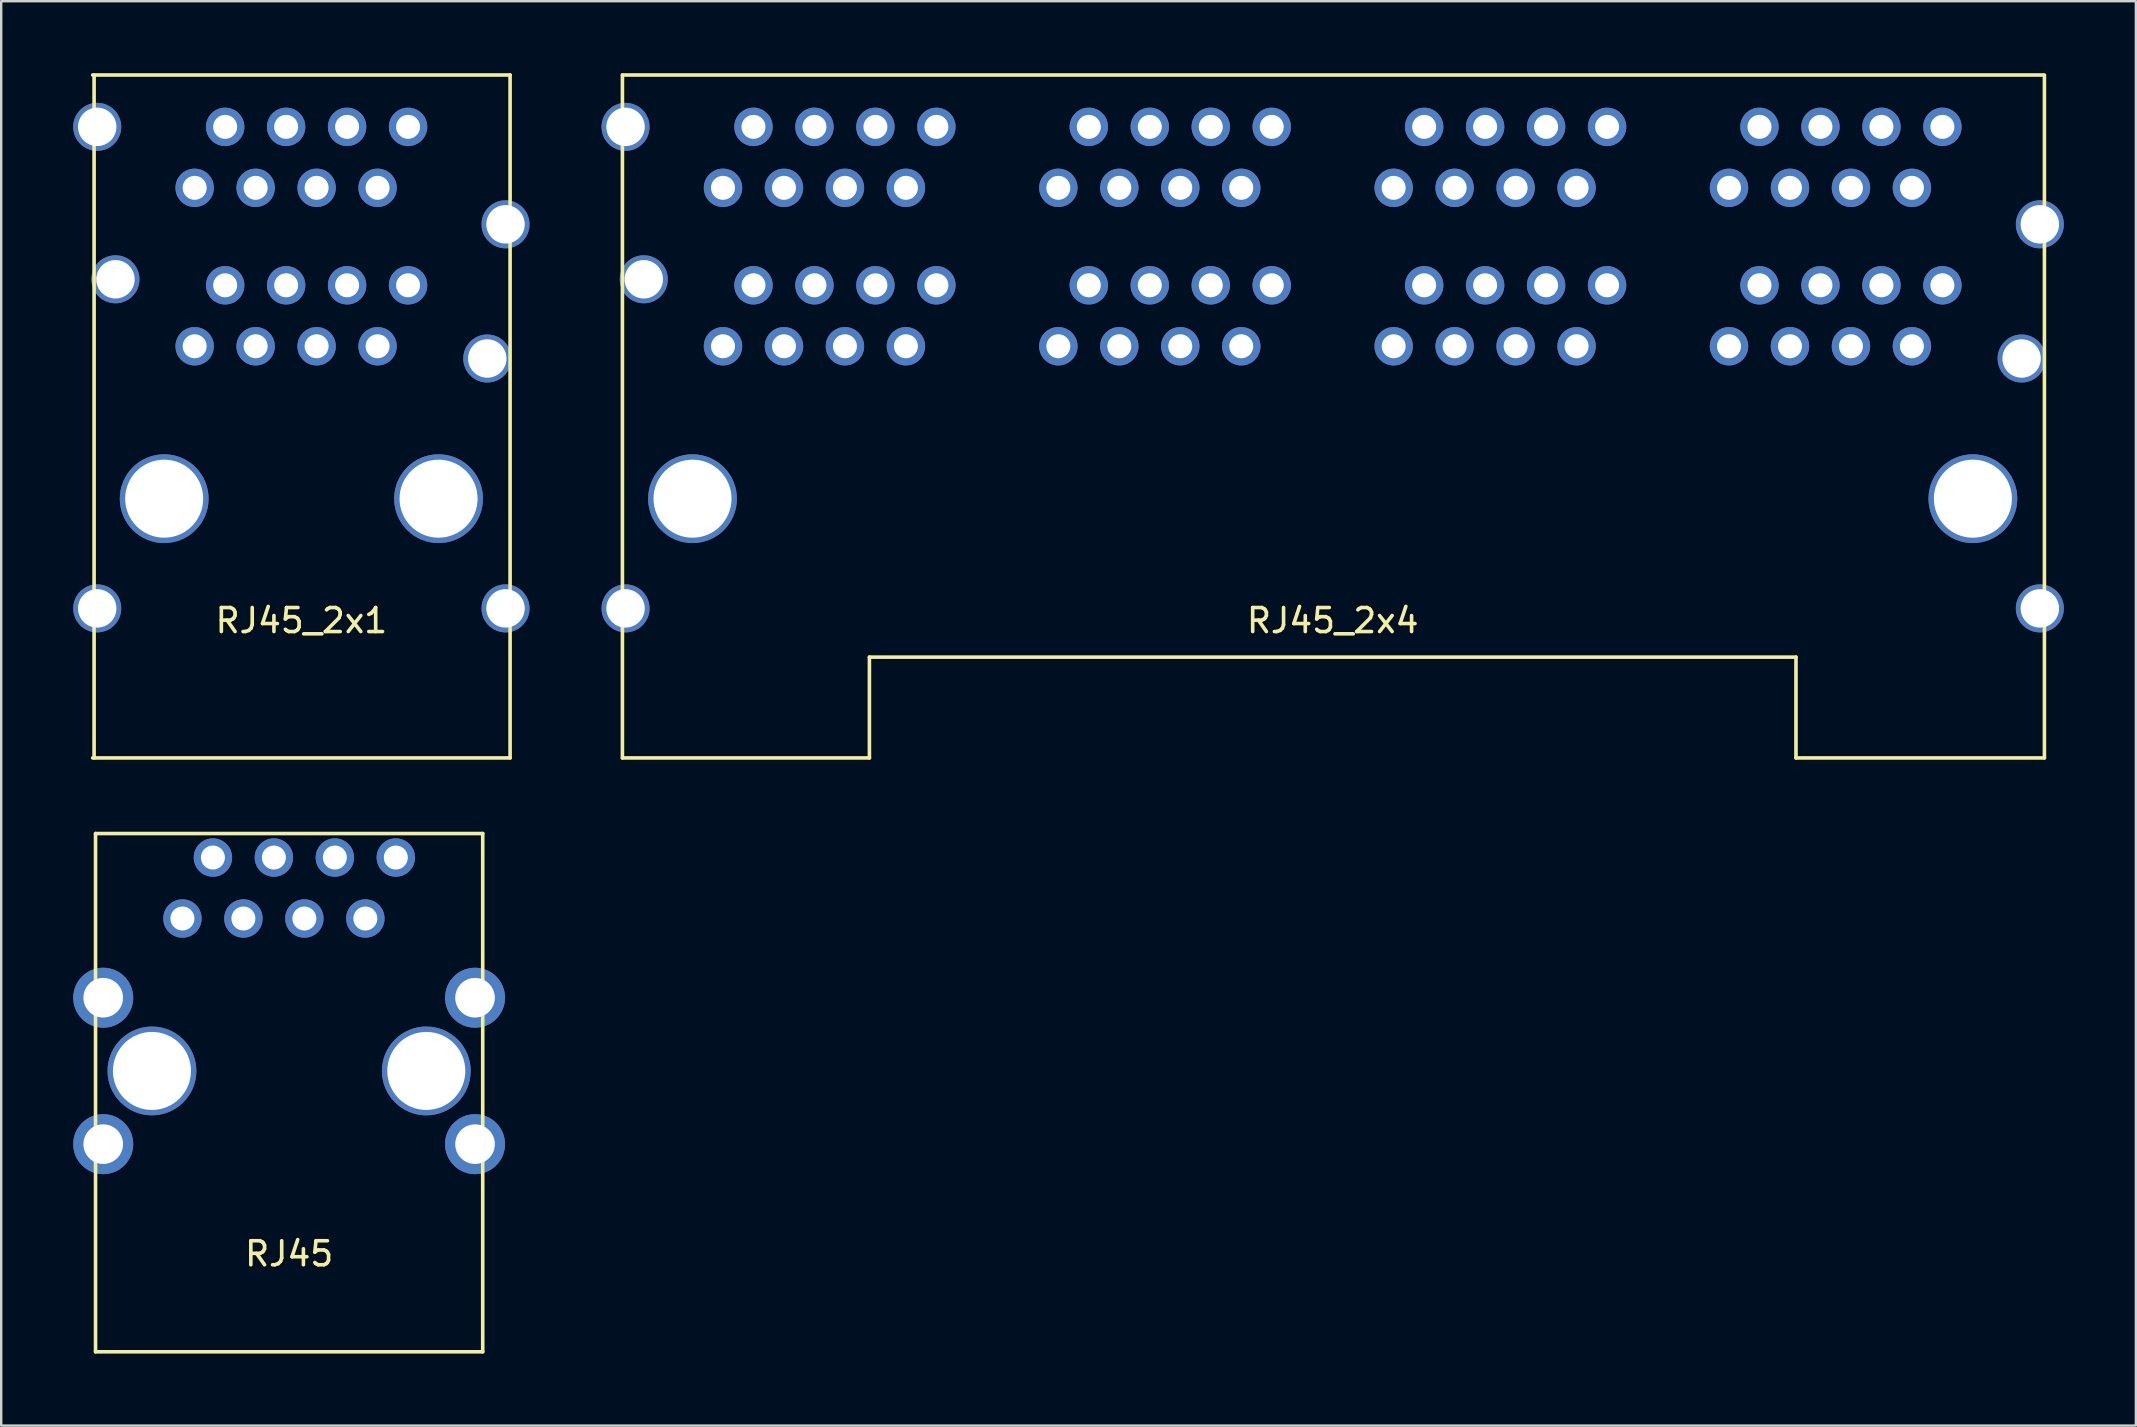
<source format=kicad_pcb>
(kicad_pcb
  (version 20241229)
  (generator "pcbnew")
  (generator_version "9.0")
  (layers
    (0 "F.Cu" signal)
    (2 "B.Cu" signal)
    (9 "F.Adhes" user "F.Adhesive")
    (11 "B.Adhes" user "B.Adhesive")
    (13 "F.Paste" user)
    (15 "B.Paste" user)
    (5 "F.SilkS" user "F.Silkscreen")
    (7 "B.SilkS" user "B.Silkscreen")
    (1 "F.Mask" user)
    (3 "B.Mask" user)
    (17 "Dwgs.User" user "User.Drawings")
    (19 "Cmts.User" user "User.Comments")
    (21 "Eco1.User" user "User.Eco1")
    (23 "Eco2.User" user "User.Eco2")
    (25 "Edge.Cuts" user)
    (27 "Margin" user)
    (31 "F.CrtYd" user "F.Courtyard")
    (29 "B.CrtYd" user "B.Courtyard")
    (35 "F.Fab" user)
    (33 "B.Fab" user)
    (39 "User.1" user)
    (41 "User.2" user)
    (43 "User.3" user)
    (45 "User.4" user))
  (footprint "RJ45_2x4"
    (layer "F.Cu")
    (at 52.47 17.725)
    (property "Reference" "RJ45_2x4" (at 0 5.08 0) (layer "F.SilkS") (effects (font (size 1 1) (thickness 0.15))))
    (attr through_hole)
    (fp_line (start -29.59 -17.65) (end -29.59 10.8) (stroke (width 0.15) (type solid)) (layer "F.SilkS"))
    (fp_line (start -29.59 10.8) (end -19.3 10.8) (stroke (width 0.15) (type solid)) (layer "F.SilkS"))
    (fp_line (start -19.3 6.6) (end 19.3 6.6) (stroke (width 0.15) (type solid)) (layer "F.SilkS"))
    (fp_line (start -19.3 10.8) (end -19.3 6.6) (stroke (width 0.15) (type solid)) (layer "F.SilkS"))
    (fp_line (start 19.3 10.8) (end 19.3 6.6) (stroke (width 0.15) (type solid)) (layer "F.SilkS"))
    (fp_line (start 19.3 10.8) (end 29.65 10.8) (stroke (width 0.15) (type solid)) (layer "F.SilkS"))
    (fp_line (start 29.59 -17.65) (end -29.59 -17.65) (stroke (width 0.15) (type solid)) (layer "F.SilkS"))
    (fp_line (start 29.65 -17.65) (end 29.65 10.8) (stroke (width 0.15) (type solid)) (layer "F.SilkS"))
    (pad "1" thru_hole circle (at -25.4 -12.95) (size 1.6 1.6) (drill 1) (layers "*.Cu" "*.Mask"))
    (pad "2" thru_hole circle (at -24.13 -15.49) (size 1.6 1.6) (drill 1) (layers "*.Cu" "*.Mask"))
    (pad "3" thru_hole circle (at -22.86 -12.95) (size 1.6 1.6) (drill 1) (layers "*.Cu" "*.Mask"))
    (pad "4" thru_hole circle (at -21.59 -15.49) (size 1.6 1.6) (drill 1) (layers "*.Cu" "*.Mask"))
    (pad "5" thru_hole circle (at -20.32 -12.95) (size 1.6 1.6) (drill 1) (layers "*.Cu" "*.Mask"))
    (pad "6" thru_hole circle (at -19.05 -15.49) (size 1.6 1.6) (drill 1) (layers "*.Cu" "*.Mask"))
    (pad "7" thru_hole circle (at -17.78 -12.95) (size 1.6 1.6) (drill 1) (layers "*.Cu" "*.Mask"))
    (pad "8" thru_hole circle (at -16.51 -15.49) (size 1.6 1.6) (drill 1) (layers "*.Cu" "*.Mask"))
    (pad "9" thru_hole circle (at -25.4 -6.35) (size 1.6 1.6) (drill 1) (layers "*.Cu" "*.Mask"))
    (pad "10" thru_hole circle (at -24.13 -8.89) (size 1.6 1.6) (drill 1) (layers "*.Cu" "*.Mask"))
    (pad "11" thru_hole circle (at -22.86 -6.35) (size 1.6 1.6) (drill 1) (layers "*.Cu" "*.Mask"))
    (pad "12" thru_hole circle (at -21.59 -8.89) (size 1.6 1.6) (drill 1) (layers "*.Cu" "*.Mask"))
    (pad "13" thru_hole circle (at -20.32 -6.35) (size 1.6 1.6) (drill 1) (layers "*.Cu" "*.Mask"))
    (pad "14" thru_hole circle (at -19.05 -8.89) (size 1.6 1.6) (drill 1) (layers "*.Cu" "*.Mask"))
    (pad "15" thru_hole circle (at -17.78 -6.35) (size 1.6 1.6) (drill 1) (layers "*.Cu" "*.Mask"))
    (pad "16" thru_hole circle (at -16.51 -8.89) (size 1.6 1.6) (drill 1) (layers "*.Cu" "*.Mask"))
    (pad "17" thru_hole circle (at -11.43 -12.95) (size 1.6 1.6) (drill 1) (layers "*.Cu" "*.Mask"))
    (pad "18" thru_hole circle (at -10.16 -15.49) (size 1.6 1.6) (drill 1) (layers "*.Cu" "*.Mask"))
    (pad "19" thru_hole circle (at -8.89 -12.95) (size 1.6 1.6) (drill 1) (layers "*.Cu" "*.Mask"))
    (pad "20" thru_hole circle (at -7.62 -15.49) (size 1.6 1.6) (drill 1) (layers "*.Cu" "*.Mask"))
    (pad "21" thru_hole circle (at -6.35 -12.95) (size 1.6 1.6) (drill 1) (layers "*.Cu" "*.Mask"))
    (pad "22" thru_hole circle (at -5.08 -15.49) (size 1.6 1.6) (drill 1) (layers "*.Cu" "*.Mask"))
    (pad "23" thru_hole circle (at -3.81 -12.95) (size 1.6 1.6) (drill 1) (layers "*.Cu" "*.Mask"))
    (pad "24" thru_hole circle (at -2.54 -15.49) (size 1.6 1.6) (drill 1) (layers "*.Cu" "*.Mask"))
    (pad "25" thru_hole circle (at -11.43 -6.35) (size 1.6 1.6) (drill 1) (layers "*.Cu" "*.Mask"))
    (pad "26" thru_hole circle (at -10.16 -8.89) (size 1.6 1.6) (drill 1) (layers "*.Cu" "*.Mask"))
    (pad "27" thru_hole circle (at -8.89 -6.35) (size 1.6 1.6) (drill 1) (layers "*.Cu" "*.Mask"))
    (pad "28" thru_hole circle (at -7.62 -8.89) (size 1.6 1.6) (drill 1) (layers "*.Cu" "*.Mask"))
    (pad "29" thru_hole circle (at -6.35 -6.35) (size 1.6 1.6) (drill 1) (layers "*.Cu" "*.Mask"))
    (pad "30" thru_hole circle (at -5.08 -8.89) (size 1.6 1.6) (drill 1) (layers "*.Cu" "*.Mask"))
    (pad "31" thru_hole circle (at -3.81 -6.35) (size 1.6 1.6) (drill 1) (layers "*.Cu" "*.Mask"))
    (pad "32" thru_hole circle (at -2.54 -8.89) (size 1.6 1.6) (drill 1) (layers "*.Cu" "*.Mask"))
    (pad "33" thru_hole circle (at 2.54 -12.95) (size 1.6 1.6) (drill 1) (layers "*.Cu" "*.Mask"))
    (pad "34" thru_hole circle (at 3.81 -15.49) (size 1.6 1.6) (drill 1) (layers "*.Cu" "*.Mask"))
    (pad "35" thru_hole circle (at 5.08 -12.95) (size 1.6 1.6) (drill 1) (layers "*.Cu" "*.Mask"))
    (pad "36" thru_hole circle (at 6.35 -15.49) (size 1.6 1.6) (drill 1) (layers "*.Cu" "*.Mask"))
    (pad "37" thru_hole circle (at 7.62 -12.95) (size 1.6 1.6) (drill 1) (layers "*.Cu" "*.Mask"))
    (pad "38" thru_hole circle (at 8.89 -15.49) (size 1.6 1.6) (drill 1) (layers "*.Cu" "*.Mask"))
    (pad "39" thru_hole circle (at 10.16 -12.95) (size 1.6 1.6) (drill 1) (layers "*.Cu" "*.Mask"))
    (pad "40" thru_hole circle (at 11.43 -15.49) (size 1.6 1.6) (drill 1) (layers "*.Cu" "*.Mask"))
    (pad "41" thru_hole circle (at 2.54 -6.35) (size 1.6 1.6) (drill 1) (layers "*.Cu" "*.Mask"))
    (pad "42" thru_hole circle (at 3.81 -8.89) (size 1.6 1.6) (drill 1) (layers "*.Cu" "*.Mask"))
    (pad "43" thru_hole circle (at 5.08 -6.35) (size 1.6 1.6) (drill 1) (layers "*.Cu" "*.Mask"))
    (pad "44" thru_hole circle (at 6.35 -8.89) (size 1.6 1.6) (drill 1) (layers "*.Cu" "*.Mask"))
    (pad "45" thru_hole circle (at 7.62 -6.35) (size 1.6 1.6) (drill 1) (layers "*.Cu" "*.Mask"))
    (pad "46" thru_hole circle (at 8.89 -8.89) (size 1.6 1.6) (drill 1) (layers "*.Cu" "*.Mask"))
    (pad "47" thru_hole circle (at 10.16 -6.35) (size 1.6 1.6) (drill 1) (layers "*.Cu" "*.Mask"))
    (pad "48" thru_hole circle (at 11.43 -8.89) (size 1.6 1.6) (drill 1) (layers "*.Cu" "*.Mask"))
    (pad "49" thru_hole circle (at 16.51 -12.95) (size 1.6 1.6) (drill 1) (layers "*.Cu" "*.Mask"))
    (pad "50" thru_hole circle (at 17.78 -15.49) (size 1.6 1.6) (drill 1) (layers "*.Cu" "*.Mask"))
    (pad "51" thru_hole circle (at 19.05 -12.95) (size 1.6 1.6) (drill 1) (layers "*.Cu" "*.Mask"))
    (pad "52" thru_hole circle (at 20.32 -15.49) (size 1.6 1.6) (drill 1) (layers "*.Cu" "*.Mask"))
    (pad "53" thru_hole circle (at 21.59 -12.95) (size 1.6 1.6) (drill 1) (layers "*.Cu" "*.Mask"))
    (pad "54" thru_hole circle (at 22.86 -15.49) (size 1.6 1.6) (drill 1) (layers "*.Cu" "*.Mask"))
    (pad "55" thru_hole circle (at 24.13 -12.95) (size 1.6 1.6) (drill 1) (layers "*.Cu" "*.Mask"))
    (pad "56" thru_hole circle (at 25.4 -15.49) (size 1.6 1.6) (drill 1) (layers "*.Cu" "*.Mask"))
    (pad "57" thru_hole circle (at 16.51 -6.35) (size 1.6 1.6) (drill 1) (layers "*.Cu" "*.Mask"))
    (pad "58" thru_hole circle (at 17.78 -8.89) (size 1.6 1.6) (drill 1) (layers "*.Cu" "*.Mask"))
    (pad "59" thru_hole circle (at 19.05 -6.35) (size 1.6 1.6) (drill 1) (layers "*.Cu" "*.Mask"))
    (pad "60" thru_hole circle (at 20.32 -8.89) (size 1.6 1.6) (drill 1) (layers "*.Cu" "*.Mask"))
    (pad "61" thru_hole circle (at 21.59 -6.35) (size 1.6 1.6) (drill 1) (layers "*.Cu" "*.Mask"))
    (pad "62" thru_hole circle (at 22.86 -8.89) (size 1.6 1.6) (drill 1) (layers "*.Cu" "*.Mask"))
    (pad "63" thru_hole circle (at 24.13 -6.35) (size 1.6 1.6) (drill 1) (layers "*.Cu" "*.Mask"))
    (pad "64" thru_hole circle (at 25.4 -8.89) (size 1.6 1.6) (drill 1) (layers "*.Cu" "*.Mask"))
    (pad "65" thru_hole circle (at -29.46 -15.49) (size 2 2) (drill 1.6) (layers "*.Cu" "*.Mask"))
    (pad "65" thru_hole circle (at -29.46 4.57) (size 2 2) (drill 1.6) (layers "*.Cu" "*.Mask"))
    (pad "65" thru_hole circle (at -28.7 -9.14) (size 2 2) (drill 1.6) (layers "*.Cu" "*.Mask"))
    (pad "65" thru_hole circle (at -26.67 0) (size 3.7 3.7) (drill 3.25) (layers "*.Cu" "*.Mask"))
    (pad "65" thru_hole circle (at 26.67 0) (size 3.7 3.7) (drill 3.25) (layers "*.Cu" "*.Mask"))
    (pad "65" thru_hole circle (at 28.7 -5.84) (size 2 2) (drill 1.6) (layers "*.Cu" "*.Mask"))
    (pad "65" thru_hole circle (at 29.46 -11.43) (size 2 2) (drill 1.6) (layers "*.Cu" "*.Mask"))
    (pad "65" thru_hole circle (at 29.46 4.57) (size 2 2) (drill 1.6) (layers "*.Cu" "*.Mask")))
  (footprint "RJ45_2x1"
    (layer "F.Cu")
    (at 9.505 17.725)
    (property "Reference" "RJ45_2x1" (at 0 5.08 0) (layer "F.SilkS") (effects (font (size 1 1) (thickness 0.15))))
    (attr through_hole)
    (fp_line (start -8.695 -17.65) (end 8.695 -17.65) (stroke (width 0.15) (type solid)) (layer "F.SilkS"))
    (fp_line (start -8.695 10.8) (end 8.695 10.8) (stroke (width 0.15) (type solid)) (layer "F.SilkS"))
    (fp_line (start -8.635 -17.65) (end -8.635 10.8) (stroke (width 0.15) (type solid)) (layer "F.SilkS"))
    (fp_line (start 8.695 -17.65) (end 8.695 10.8) (stroke (width 0.15) (type solid)) (layer "F.SilkS"))
    (pad "1" thru_hole circle (at -4.445 -12.95) (size 1.6 1.6) (drill 1) (layers "*.Cu" "*.Mask"))
    (pad "2" thru_hole circle (at -3.175 -15.49) (size 1.6 1.6) (drill 1) (layers "*.Cu" "*.Mask"))
    (pad "3" thru_hole circle (at -1.905 -12.95) (size 1.6 1.6) (drill 1) (layers "*.Cu" "*.Mask"))
    (pad "4" thru_hole circle (at -0.635 -15.49) (size 1.6 1.6) (drill 1) (layers "*.Cu" "*.Mask"))
    (pad "5" thru_hole circle (at 0.635 -12.95) (size 1.6 1.6) (drill 1) (layers "*.Cu" "*.Mask"))
    (pad "6" thru_hole circle (at 1.905 -15.49) (size 1.6 1.6) (drill 1) (layers "*.Cu" "*.Mask"))
    (pad "7" thru_hole circle (at 3.175 -12.95) (size 1.6 1.6) (drill 1) (layers "*.Cu" "*.Mask"))
    (pad "8" thru_hole circle (at 4.445 -15.49) (size 1.6 1.6) (drill 1) (layers "*.Cu" "*.Mask"))
    (pad "9" thru_hole circle (at -4.445 -6.35) (size 1.6 1.6) (drill 1) (layers "*.Cu" "*.Mask"))
    (pad "10" thru_hole circle (at -3.175 -8.89) (size 1.6 1.6) (drill 1) (layers "*.Cu" "*.Mask"))
    (pad "11" thru_hole circle (at -1.905 -6.35) (size 1.6 1.6) (drill 1) (layers "*.Cu" "*.Mask"))
    (pad "12" thru_hole circle (at -0.635 -8.89) (size 1.6 1.6) (drill 1) (layers "*.Cu" "*.Mask"))
    (pad "13" thru_hole circle (at 0.635 -6.35) (size 1.6 1.6) (drill 1) (layers "*.Cu" "*.Mask"))
    (pad "14" thru_hole circle (at 1.905 -8.89) (size 1.6 1.6) (drill 1) (layers "*.Cu" "*.Mask"))
    (pad "15" thru_hole circle (at 3.175 -6.35) (size 1.6 1.6) (drill 1) (layers "*.Cu" "*.Mask"))
    (pad "16" thru_hole circle (at 4.445 -8.89) (size 1.6 1.6) (drill 1) (layers "*.Cu" "*.Mask"))
    (pad "17" thru_hole circle (at -8.505 -15.49) (size 2 2) (drill 1.6) (layers "*.Cu" "*.Mask"))
    (pad "17" thru_hole circle (at -8.505 4.57) (size 2 2) (drill 1.6) (layers "*.Cu" "*.Mask"))
    (pad "17" thru_hole circle (at -7.745 -9.14) (size 2 2) (drill 1.6) (layers "*.Cu" "*.Mask"))
    (pad "17" thru_hole circle (at -5.715 0) (size 3.7 3.7) (drill 3.25) (layers "*.Cu" "*.Mask"))
    (pad "17" thru_hole circle (at 5.715 0) (size 3.7 3.7) (drill 3.25) (layers "*.Cu" "*.Mask"))
    (pad "17" thru_hole circle (at 7.745 -5.84) (size 2 2) (drill 1.6) (layers "*.Cu" "*.Mask"))
    (pad "17" thru_hole circle (at 8.505 -11.43) (size 2 2) (drill 1.6) (layers "*.Cu" "*.Mask"))
    (pad "17" thru_hole circle (at 8.505 4.57) (size 2 2) (drill 1.6) (layers "*.Cu" "*.Mask")))
  (footprint "RJ45"
    (layer "F.Cu")
    (at 8.995 41.565)
    (property "Reference" "RJ45" (at 0 7.62 0) (layer "F.SilkS") (effects (font (size 1 1) (thickness 0.15))))
    (attr through_hole)
    (fp_line (start -8.065 -9.89) (end -8.065 11.7) (stroke (width 0.15) (type solid)) (layer "F.SilkS"))
    (fp_line (start -8.065 -9.89) (end 8.065 -9.89) (stroke (width 0.15) (type solid)) (layer "F.SilkS"))
    (fp_line (start -8.065 11.7) (end 8.065 11.7) (stroke (width 0.15) (type solid)) (layer "F.SilkS"))
    (fp_line (start 8.065 -9.89) (end 8.065 11.7) (stroke (width 0.15) (type solid)) (layer "F.SilkS"))
    (pad "1" thru_hole circle (at -4.445 -6.35) (size 1.6 1.6) (drill 1) (layers "*.Cu" "*.Mask"))
    (pad "2" thru_hole circle (at -3.175 -8.89) (size 1.6 1.6) (drill 1) (layers "*.Cu" "*.Mask"))
    (pad "3" thru_hole circle (at -1.905 -6.35) (size 1.6 1.6) (drill 1) (layers "*.Cu" "*.Mask"))
    (pad "4" thru_hole circle (at -0.635 -8.89) (size 1.6 1.6) (drill 1) (layers "*.Cu" "*.Mask"))
    (pad "5" thru_hole circle (at 0.635 -6.35) (size 1.6 1.6) (drill 1) (layers "*.Cu" "*.Mask"))
    (pad "6" thru_hole circle (at 1.905 -8.89) (size 1.6 1.6) (drill 1) (layers "*.Cu" "*.Mask"))
    (pad "7" thru_hole circle (at 3.175 -6.35) (size 1.6 1.6) (drill 1) (layers "*.Cu" "*.Mask"))
    (pad "8" thru_hole circle (at 4.445 -8.89) (size 1.6 1.6) (drill 1) (layers "*.Cu" "*.Mask"))
    (pad "9" thru_hole circle (at -7.745 -3.05) (size 2.5 2.5) (drill 1.65) (layers "*.Cu" "*.Mask"))
    (pad "9" thru_hole circle (at -7.745 3.05) (size 2.5 2.5) (drill 1.65) (layers "*.Cu" "*.Mask"))
    (pad "9" thru_hole circle (at -5.715 0) (size 3.7 3.7) (drill 3.25) (layers "*.Cu" "*.Mask"))
    (pad "9" thru_hole circle (at 5.715 0) (size 3.7 3.7) (drill 3.25) (layers "*.Cu" "*.Mask"))
    (pad "9" thru_hole circle (at 7.745 -3.05) (size 2.5 2.5) (drill 1.65) (layers "*.Cu" "*.Mask"))
    (pad "9" thru_hole circle (at 7.745 3.05) (size 2.5 2.5) (drill 1.65) (layers "*.Cu" "*.Mask")))
  (gr_rect
    (start -3 -3)
    (end 85.93 56.34)
    (stroke (width 0.1) (type default))
    (fill no)
    (layer "Edge.Cuts")))
</source>
